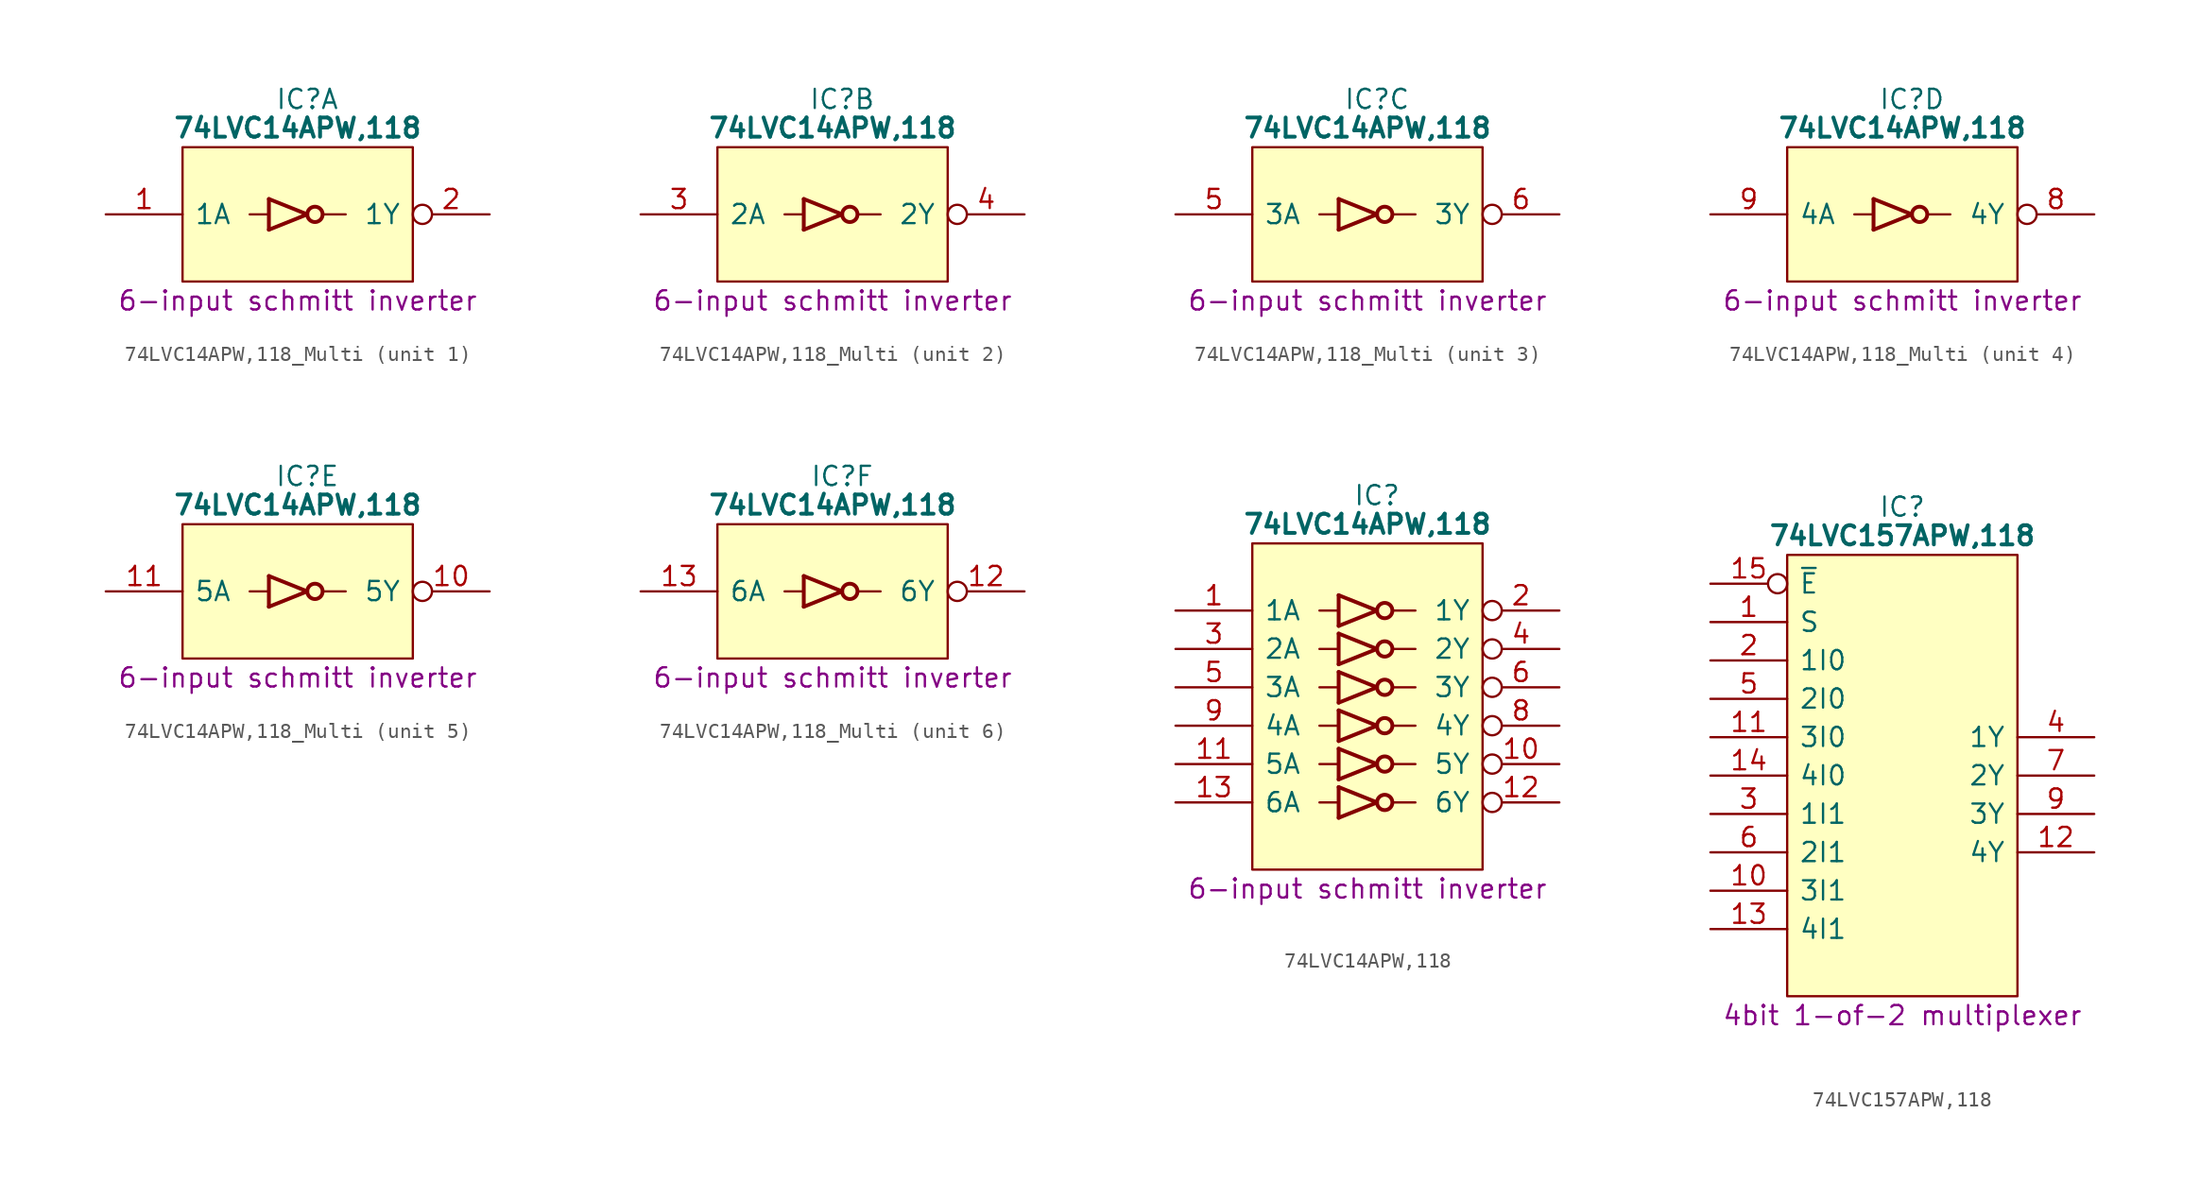
<source format=kicad_sym>
(kicad_symbol_lib
  (version 20231120)
  (generator "kicad_symbol_editor")
  (generator_version "8.0")
  (symbol "74LVC14APW,118_Multi"
    (pin_names
      (offset 0.762))
    (property "Reference" "IC"
      (at 13.335 7.62 0)
      (effects (font (size 1.27 1.27))))
    (property "Value" "74LVC14APW,118"
      (at 12.7 5.715 0)
      (effects (font (size 1.27 1.27) (bold yes))))
    (property "Description" "6-input schmitt inverter"
      (at 12.7 -5.715 0)
      (effects (font (size 1.27 1.27))))
    (symbol "74LVC14APW,118_Multi_0_0"
      (pin passive line (at 25.4 2.54 180) (length 5.08) hide (name "3V" (effects (font (size 1.27 1.27)))) (number "14" (effects (font (size 1.27 1.27)))))
      (pin passive line (at 0 -2.54 0) (length 5.08) hide (name "GND" (effects (font (size 1.27 1.27)))) (number "7" (effects (font (size 1.27 1.27))))))
    (symbol "74LVC14APW,118_Multi_0_1"
      (polyline (pts (xy 9.525 0) (xy 10.795 0)) (stroke (width 0) (type default)) (fill (type none)))
      (polyline (pts (xy 14.351 0) (xy 15.875 0)) (stroke (width 0) (type default)) (fill (type none)))
      (polyline (pts (xy 10.795 -1.016) (xy 13.335 0) (xy 10.795 1.016)) (stroke (width 0.254) (type default)) (fill (type none)))
      (polyline (pts (xy 5.08 4.445) (xy 20.32 4.445) (xy 20.32 -4.445) (xy 5.08 -4.445) (xy 5.08 4.445)) (stroke (width 0.152) (type default)) (fill (type background)))
      (rectangle (start 10.795 1.016) (end 10.795 -1.016) (stroke (width 0.254) (type default)) (fill (type background)))
      (circle (center 13.843 0) (radius 0.508) (stroke (width 0.254) (type default)) (fill (type none))))
    (symbol "74LVC14APW,118_Multi_1_0"
      (pin input line (at 0 0 0) (length 5.08) (name "1A" (effects (font (size 1.27 1.27)))) (number "1" (effects (font (size 1.27 1.27)))))
      (pin output inverted (at 25.4 0 180) (length 5.08) (name "1Y" (effects (font (size 1.27 1.27)))) (number "2" (effects (font (size 1.27 1.27))))))
    (symbol "74LVC14APW,118_Multi_2_0"
      (pin input line (at 0 0 0) (length 5.08) (name "2A" (effects (font (size 1.27 1.27)))) (number "3" (effects (font (size 1.27 1.27)))))
      (pin output inverted (at 25.4 0 180) (length 5.08) (name "2Y" (effects (font (size 1.27 1.27)))) (number "4" (effects (font (size 1.27 1.27))))))
    (symbol "74LVC14APW,118_Multi_3_0"
      (pin input line (at 0 0 0) (length 5.08) (name "3A" (effects (font (size 1.27 1.27)))) (number "5" (effects (font (size 1.27 1.27)))))
      (pin output inverted (at 25.4 0 180) (length 5.08) (name "3Y" (effects (font (size 1.27 1.27)))) (number "6" (effects (font (size 1.27 1.27))))))
    (symbol "74LVC14APW,118_Multi_4_0"
      (pin output inverted (at 25.4 0 180) (length 5.08) (name "4Y" (effects (font (size 1.27 1.27)))) (number "8" (effects (font (size 1.27 1.27)))))
      (pin input line (at 0 0 0) (length 5.08) (name "4A" (effects (font (size 1.27 1.27)))) (number "9" (effects (font (size 1.27 1.27))))))
    (symbol "74LVC14APW,118_Multi_5_0"
      (pin output inverted (at 25.4 0 180) (length 5.08) (name "5Y" (effects (font (size 1.27 1.27)))) (number "10" (effects (font (size 1.27 1.27)))))
      (pin input line (at 0 0 0) (length 5.08) (name "5A" (effects (font (size 1.27 1.27)))) (number "11" (effects (font (size 1.27 1.27))))))
    (symbol "74LVC14APW,118_Multi_6_0"
      (pin output inverted (at 25.4 0 180) (length 5.08) (name "6Y" (effects (font (size 1.27 1.27)))) (number "12" (effects (font (size 1.27 1.27)))))
      (pin input line (at 0 0 0) (length 5.08) (name "6A" (effects (font (size 1.27 1.27)))) (number "13" (effects (font (size 1.27 1.27)))))))
  (symbol "74LVC14APW,118"
    (pin_names
      (offset 0.762))
    (property "Reference" "IC"
      (at 13.335 7.62 0)
      (effects (font (size 1.27 1.27))))
    (property "Value" "74LVC14APW,118"
      (at 12.7 5.715 0)
      (effects (font (size 1.27 1.27) (bold yes))))
    (property "Description" "6-input schmitt inverter"
      (at 12.7 -18.415 0)
      (effects (font (size 1.27 1.27))))
    (symbol "74LVC14APW,118_0_0"
      (pin input line (at 0 0 0) (length 5.08) (name "1A" (effects (font (size 1.27 1.27)))) (number "1" (effects (font (size 1.27 1.27)))))
      (pin output inverted (at 25.4 -10.16 180) (length 5.08) (name "5Y" (effects (font (size 1.27 1.27)))) (number "10" (effects (font (size 1.27 1.27)))))
      (pin input line (at 0 -10.16 0) (length 5.08) (name "5A" (effects (font (size 1.27 1.27)))) (number "11" (effects (font (size 1.27 1.27)))))
      (pin output inverted (at 25.4 -12.7 180) (length 5.08) (name "6Y" (effects (font (size 1.27 1.27)))) (number "12" (effects (font (size 1.27 1.27)))))
      (pin input line (at 0 -12.7 0) (length 5.08) (name "6A" (effects (font (size 1.27 1.27)))) (number "13" (effects (font (size 1.27 1.27)))))
      (pin passive line (at 25.4 2.54 180) (length 5.08) hide (name "3V" (effects (font (size 1.27 1.27)))) (number "14" (effects (font (size 1.27 1.27)))))
      (pin output inverted (at 25.4 0 180) (length 5.08) (name "1Y" (effects (font (size 1.27 1.27)))) (number "2" (effects (font (size 1.27 1.27)))))
      (pin input line (at 0 -2.54 0) (length 5.08) (name "2A" (effects (font (size 1.27 1.27)))) (number "3" (effects (font (size 1.27 1.27)))))
      (pin output inverted (at 25.4 -2.54 180) (length 5.08) (name "2Y" (effects (font (size 1.27 1.27)))) (number "4" (effects (font (size 1.27 1.27)))))
      (pin input line (at 0 -5.08 0) (length 5.08) (name "3A" (effects (font (size 1.27 1.27)))) (number "5" (effects (font (size 1.27 1.27)))))
      (pin output inverted (at 25.4 -5.08 180) (length 5.08) (name "3Y" (effects (font (size 1.27 1.27)))) (number "6" (effects (font (size 1.27 1.27)))))
      (pin passive line (at 0 -15.24 0) (length 5.08) hide (name "GND" (effects (font (size 1.27 1.27)))) (number "7" (effects (font (size 1.27 1.27)))))
      (pin output inverted (at 25.4 -7.62 180) (length 5.08) (name "4Y" (effects (font (size 1.27 1.27)))) (number "8" (effects (font (size 1.27 1.27)))))
      (pin input line (at 0 -7.62 0) (length 5.08) (name "4A" (effects (font (size 1.27 1.27)))) (number "9" (effects (font (size 1.27 1.27))))))
    (symbol "74LVC14APW,118_0_1"
      (polyline (pts (xy 9.525 -12.7) (xy 10.795 -12.7)) (stroke (width 0) (type default)) (fill (type none)))
      (polyline (pts (xy 9.525 -10.16) (xy 10.795 -10.16)) (stroke (width 0) (type default)) (fill (type none)))
      (polyline (pts (xy 9.525 -7.62) (xy 10.795 -7.62)) (stroke (width 0) (type default)) (fill (type none)))
      (polyline (pts (xy 9.525 -5.08) (xy 10.795 -5.08)) (stroke (width 0) (type default)) (fill (type none)))
      (polyline (pts (xy 9.525 -2.54) (xy 10.795 -2.54)) (stroke (width 0) (type default)) (fill (type none)))
      (polyline (pts (xy 9.525 0) (xy 10.795 0)) (stroke (width 0) (type default)) (fill (type none)))
      (polyline (pts (xy 14.351 -12.7) (xy 15.875 -12.7)) (stroke (width 0) (type default)) (fill (type none)))
      (polyline (pts (xy 14.351 -10.16) (xy 15.875 -10.16)) (stroke (width 0) (type default)) (fill (type none)))
      (polyline (pts (xy 14.351 -7.62) (xy 15.875 -7.62)) (stroke (width 0) (type default)) (fill (type none)))
      (polyline (pts (xy 14.351 -5.08) (xy 15.875 -5.08)) (stroke (width 0) (type default)) (fill (type none)))
      (polyline (pts (xy 14.351 -2.54) (xy 15.875 -2.54)) (stroke (width 0) (type default)) (fill (type none)))
      (polyline (pts (xy 14.351 0) (xy 15.875 0)) (stroke (width 0) (type default)) (fill (type none)))
      (polyline (pts (xy 10.795 -13.716) (xy 13.335 -12.7) (xy 10.795 -11.684)) (stroke (width 0.254) (type default)) (fill (type none)))
      (polyline (pts (xy 10.795 -11.176) (xy 13.335 -10.16) (xy 10.795 -9.144)) (stroke (width 0.254) (type default)) (fill (type none)))
      (polyline (pts (xy 10.795 -8.636) (xy 13.335 -7.62) (xy 10.795 -6.604)) (stroke (width 0.254) (type default)) (fill (type none)))
      (polyline (pts (xy 10.795 -6.096) (xy 13.335 -5.08) (xy 10.795 -4.064)) (stroke (width 0.254) (type default)) (fill (type none)))
      (polyline (pts (xy 10.795 -3.556) (xy 13.335 -2.54) (xy 10.795 -1.524)) (stroke (width 0.254) (type default)) (fill (type none)))
      (polyline (pts (xy 10.795 -1.016) (xy 13.335 0) (xy 10.795 1.016)) (stroke (width 0.254) (type default)) (fill (type none)))
      (polyline (pts (xy 5.08 4.445) (xy 20.32 4.445) (xy 20.32 -17.145) (xy 5.08 -17.145) (xy 5.08 4.445)) (stroke (width 0.152) (type default)) (fill (type background)))
      (rectangle (start 10.795 -11.684) (end 10.795 -13.716) (stroke (width 0.254) (type default)) (fill (type background)))
      (rectangle (start 10.795 -9.144) (end 10.795 -11.176) (stroke (width 0.254) (type default)) (fill (type background)))
      (rectangle (start 10.795 -6.604) (end 10.795 -8.636) (stroke (width 0.254) (type default)) (fill (type background)))
      (rectangle (start 10.795 -4.064) (end 10.795 -6.096) (stroke (width 0.254) (type default)) (fill (type background)))
      (rectangle (start 10.795 -1.524) (end 10.795 -3.556) (stroke (width 0.254) (type default)) (fill (type background)))
      (rectangle (start 10.795 1.016) (end 10.795 -1.016) (stroke (width 0.254) (type default)) (fill (type background)))
      (circle (center 13.843 -12.7) (radius 0.508) (stroke (width 0.254) (type default)) (fill (type none)))
      (circle (center 13.843 -10.16) (radius 0.508) (stroke (width 0.254) (type default)) (fill (type none)))
      (circle (center 13.843 -7.62) (radius 0.508) (stroke (width 0.254) (type default)) (fill (type none)))
      (circle (center 13.843 -5.08) (radius 0.508) (stroke (width 0.254) (type default)) (fill (type none)))
      (circle (center 13.843 -2.54) (radius 0.508) (stroke (width 0.254) (type default)) (fill (type none)))
      (circle (center 13.843 0) (radius 0.508) (stroke (width 0.254) (type default)) (fill (type none)))))
  (symbol "74LVC157APW,118"
    (pin_names
      (offset 0.762))
    (property "Reference" "IC"
      (at 12.7 5.08 0)
      (effects (font (size 1.27 1.27))))
    (property "Value" "74LVC157APW,118"
      (at 12.7 3.175 0)
      (effects (font (size 1.27 1.27) (bold yes))))
    (property "Description" "4bit 1-of-2 multiplexer"
      (at 12.7 -28.575 0)
      (effects (font (size 1.27 1.27))))
    (symbol "74LVC157APW,118_0_0"
      (pin input line (at 0 -2.54 0) (length 5.08) (name "S" (effects (font (size 1.27 1.27)))) (number "1" (effects (font (size 1.27 1.27)))))
      (pin input line (at 0 -20.32 0) (length 5.08) (name "3I1" (effects (font (size 1.27 1.27)))) (number "10" (effects (font (size 1.27 1.27)))))
      (pin input line (at 0 -10.16 0) (length 5.08) (name "3I0" (effects (font (size 1.27 1.27)))) (number "11" (effects (font (size 1.27 1.27)))))
      (pin output line (at 25.4 -17.78 180) (length 5.08) (name "4Y" (effects (font (size 1.27 1.27)))) (number "12" (effects (font (size 1.27 1.27)))))
      (pin input line (at 0 -22.86 0) (length 5.08) (name "4I1" (effects (font (size 1.27 1.27)))) (number "13" (effects (font (size 1.27 1.27)))))
      (pin input line (at 0 -12.7 0) (length 5.08) (name "4I0" (effects (font (size 1.27 1.27)))) (number "14" (effects (font (size 1.27 1.27)))))
      (pin passive line (at 25.4 0 180) (length 5.08) hide (name "3V" (effects (font (size 1.27 1.27)))) (number "16" (effects (font (size 1.27 1.27)))))
      (pin input line (at 0 -5.08 0) (length 5.08) (name "1I0" (effects (font (size 1.27 1.27)))) (number "2" (effects (font (size 1.27 1.27)))))
      (pin input line (at 0 -15.24 0) (length 5.08) (name "1I1" (effects (font (size 1.27 1.27)))) (number "3" (effects (font (size 1.27 1.27)))))
      (pin output line (at 25.4 -10.16 180) (length 5.08) (name "1Y" (effects (font (size 1.27 1.27)))) (number "4" (effects (font (size 1.27 1.27)))))
      (pin input line (at 0 -7.62 0) (length 5.08) (name "2I0" (effects (font (size 1.27 1.27)))) (number "5" (effects (font (size 1.27 1.27)))))
      (pin input line (at 0 -17.78 0) (length 5.08) (name "2I1" (effects (font (size 1.27 1.27)))) (number "6" (effects (font (size 1.27 1.27)))))
      (pin output line (at 25.4 -12.7 180) (length 5.08) (name "2Y" (effects (font (size 1.27 1.27)))) (number "7" (effects (font (size 1.27 1.27)))))
      (pin passive line (at 0 -25.4 0) (length 5.08) hide (name "GND" (effects (font (size 1.27 1.27)))) (number "8" (effects (font (size 1.27 1.27)))))
      (pin output line (at 25.4 -15.24 180) (length 5.08) (name "3Y" (effects (font (size 1.27 1.27)))) (number "9" (effects (font (size 1.27 1.27))))))
    (symbol "74LVC157APW,118_0_1"
      (polyline (pts (xy 5.08 1.905) (xy 20.32 1.905) (xy 20.32 -27.305) (xy 5.08 -27.305) (xy 5.08 1.905)) (stroke (width 0.152) (type default)) (fill (type background))))
    (symbol "74LVC157APW,118_1_0"
      (pin input inverted (at 0 0 0) (length 5.08) (name "~{E}" (effects (font (size 1.27 1.27)))) (number "15" (effects (font (size 1.27 1.27))))))))
</source>
